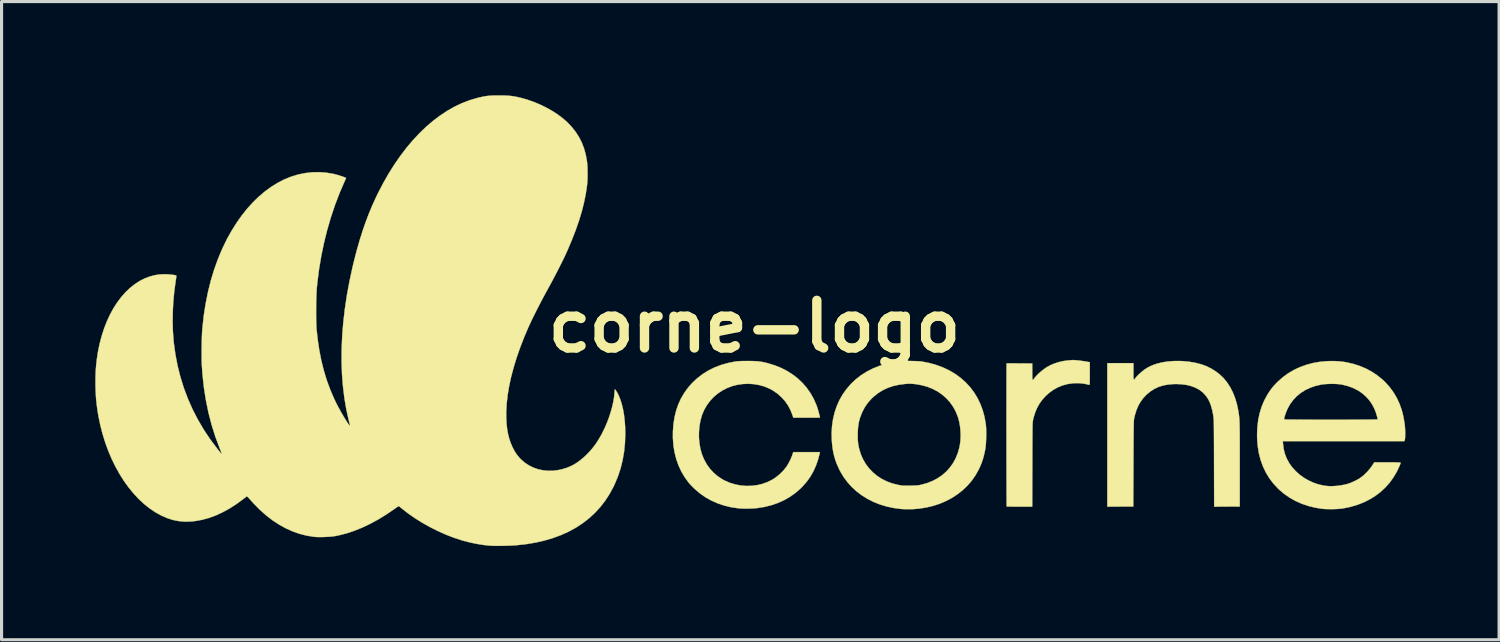
<source format=kicad_pcb>
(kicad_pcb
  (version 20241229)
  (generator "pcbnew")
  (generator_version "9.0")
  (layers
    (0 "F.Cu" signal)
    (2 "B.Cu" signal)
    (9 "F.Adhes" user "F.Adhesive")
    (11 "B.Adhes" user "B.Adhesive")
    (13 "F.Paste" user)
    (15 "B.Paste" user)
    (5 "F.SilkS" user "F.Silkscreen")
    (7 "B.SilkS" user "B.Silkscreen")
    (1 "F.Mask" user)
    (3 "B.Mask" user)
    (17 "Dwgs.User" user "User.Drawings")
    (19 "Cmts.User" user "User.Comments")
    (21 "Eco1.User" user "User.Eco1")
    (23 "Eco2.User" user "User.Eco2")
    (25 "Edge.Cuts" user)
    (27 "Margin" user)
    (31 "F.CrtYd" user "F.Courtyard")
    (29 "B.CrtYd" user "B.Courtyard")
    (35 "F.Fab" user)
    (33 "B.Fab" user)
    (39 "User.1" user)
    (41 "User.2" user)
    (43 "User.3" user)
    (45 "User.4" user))
  (footprint "corne-logo"
    (layer "F.Cu")
    (at 21.096 7.397)
    (property "Reference" "corne-logo" (at 0 0 0) (layer "F.SilkS") (effects (font (size 1.524 1.524) (thickness 0.3))))
    (attr through_hole)
    (fp_poly (pts (xy 10.239 1.078) (xy 10.296 1.082) (xy 10.365 1.089) (xy 10.44 1.099) (xy 10.516 1.109) (xy 10.59 1.12) (xy 10.655 1.131) (xy 10.671 1.134) (xy 10.732 1.146) (xy 10.732 1.51) (xy 10.731 1.608) (xy 10.731 1.686) (xy 10.731 1.747) (xy 10.73 1.794) (xy 10.728 1.827) (xy 10.726 1.849) (xy 10.724 1.862) (xy 10.72 1.868) (xy 10.716 1.87) (xy 10.713 1.869) (xy 10.549 1.832) (xy 10.381 1.815) (xy 10.209 1.818) (xy 10.036 1.841) (xy 10.028 1.843) (xy 9.863 1.886) (xy 9.707 1.949) (xy 9.561 2.03) (xy 9.424 2.131) (xy 9.32 2.226) (xy 9.214 2.343) (xy 9.124 2.466) (xy 9.049 2.599) (xy 8.987 2.743) (xy 8.937 2.903) (xy 8.919 2.977) (xy 8.915 2.991) (xy 8.912 3.006) (xy 8.91 3.022) (xy 8.908 3.039) (xy 8.905 3.061) (xy 8.904 3.086) (xy 8.902 3.118) (xy 8.901 3.157) (xy 8.899 3.203) (xy 8.898 3.259) (xy 8.897 3.325) (xy 8.897 3.403) (xy 8.896 3.493) (xy 8.895 3.598) (xy 8.895 3.717) (xy 8.894 3.853) (xy 8.894 4.006) (xy 8.893 4.177) (xy 8.893 4.369) (xy 8.893 4.421) (xy 8.889 5.768) (xy 8.484 5.768) (xy 8.393 5.768) (xy 8.309 5.767) (xy 8.234 5.766) (xy 8.171 5.765) (xy 8.121 5.764) (xy 8.087 5.763) (xy 8.072 5.761) (xy 8.072 5.761) (xy 8.071 5.75) (xy 8.07 5.719) (xy 8.07 5.669) (xy 8.069 5.602) (xy 8.069 5.518) (xy 8.068 5.419) (xy 8.068 5.305) (xy 8.067 5.179) (xy 8.067 5.041) (xy 8.067 4.893) (xy 8.066 4.735) (xy 8.066 4.569) (xy 8.066 4.396) (xy 8.065 4.217) (xy 8.065 4.033) (xy 8.065 3.846) (xy 8.065 3.656) (xy 8.065 3.466) (xy 8.065 3.275) (xy 8.064 3.086) (xy 8.064 2.899) (xy 8.064 2.716) (xy 8.065 2.537) (xy 8.065 2.365) (xy 8.065 2.199) (xy 8.065 2.042) (xy 8.065 1.894) (xy 8.065 1.757) (xy 8.066 1.632) (xy 8.066 1.519) (xy 8.066 1.421) (xy 8.067 1.338) (xy 8.067 1.272) (xy 8.068 1.224) (xy 8.068 1.194) (xy 8.069 1.184) (xy 8.08 1.184) (xy 8.11 1.183) (xy 8.157 1.182) (xy 8.218 1.182) (xy 8.29 1.182) (xy 8.373 1.182) (xy 8.462 1.183) (xy 8.482 1.183) (xy 8.89 1.186) (xy 8.89 1.45) (xy 8.89 1.537) (xy 8.891 1.605) (xy 8.893 1.654) (xy 8.896 1.688) (xy 8.901 1.707) (xy 8.908 1.713) (xy 8.918 1.708) (xy 8.93 1.694) (xy 8.944 1.674) (xy 9.003 1.601) (xy 9.077 1.525) (xy 9.161 1.448) (xy 9.253 1.375) (xy 9.346 1.31) (xy 9.358 1.303) (xy 9.464 1.244) (xy 9.585 1.192) (xy 9.714 1.149) (xy 9.844 1.116) (xy 9.901 1.106) (xy 9.953 1.099) (xy 10.013 1.091) (xy 10.075 1.085) (xy 10.131 1.08) (xy 10.176 1.076) (xy 10.197 1.076) (xy 10.239 1.078)) (stroke (width 0.01) (type solid)) (fill yes) (layer "F.SilkS"))
    (fp_poly (pts (xy 13.712 1.111) (xy 13.922 1.131) (xy 14.117 1.165) (xy 14.297 1.212) (xy 14.464 1.273) (xy 14.62 1.349) (xy 14.765 1.44) (xy 14.891 1.538) (xy 15.015 1.656) (xy 15.125 1.792) (xy 15.224 1.943) (xy 15.309 2.109) (xy 15.381 2.29) (xy 15.439 2.483) (xy 15.482 2.688) (xy 15.482 2.688) (xy 15.489 2.729) (xy 15.495 2.767) (xy 15.501 2.804) (xy 15.506 2.841) (xy 15.51 2.879) (xy 15.514 2.919) (xy 15.517 2.963) (xy 15.52 3.011) (xy 15.523 3.066) (xy 15.525 3.128) (xy 15.526 3.199) (xy 15.528 3.279) (xy 15.529 3.371) (xy 15.53 3.476) (xy 15.53 3.594) (xy 15.531 3.727) (xy 15.531 3.876) (xy 15.531 4.043) (xy 15.531 4.228) (xy 15.531 4.413) (xy 15.531 5.763) (xy 15.121 5.765) (xy 14.712 5.768) (xy 14.708 4.374) (xy 14.708 4.173) (xy 14.707 3.993) (xy 14.707 3.832) (xy 14.706 3.688) (xy 14.706 3.561) (xy 14.705 3.449) (xy 14.704 3.351) (xy 14.704 3.266) (xy 14.703 3.193) (xy 14.702 3.13) (xy 14.701 3.077) (xy 14.699 3.032) (xy 14.698 2.994) (xy 14.696 2.963) (xy 14.694 2.936) (xy 14.692 2.912) (xy 14.689 2.891) (xy 14.686 2.871) (xy 14.683 2.851) (xy 14.682 2.842) (xy 14.655 2.7) (xy 14.623 2.575) (xy 14.586 2.466) (xy 14.543 2.369) (xy 14.491 2.28) (xy 14.43 2.198) (xy 14.427 2.195) (xy 14.338 2.103) (xy 14.234 2.025) (xy 14.114 1.961) (xy 13.98 1.91) (xy 13.833 1.873) (xy 13.673 1.851) (xy 13.502 1.843) (xy 13.409 1.845) (xy 13.237 1.86) (xy 13.08 1.89) (xy 12.934 1.935) (xy 12.8 1.998) (xy 12.675 2.077) (xy 12.557 2.174) (xy 12.524 2.206) (xy 12.429 2.31) (xy 12.349 2.422) (xy 12.281 2.545) (xy 12.224 2.68) (xy 12.177 2.831) (xy 12.158 2.909) (xy 12.155 2.924) (xy 12.152 2.939) (xy 12.149 2.954) (xy 12.146 2.971) (xy 12.144 2.992) (xy 12.142 3.017) (xy 12.141 3.047) (xy 12.139 3.084) (xy 12.138 3.128) (xy 12.137 3.181) (xy 12.136 3.245) (xy 12.135 3.319) (xy 12.134 3.406) (xy 12.133 3.507) (xy 12.132 3.622) (xy 12.132 3.752) (xy 12.131 3.9) (xy 12.13 4.066) (xy 12.129 4.251) (xy 12.129 4.387) (xy 12.123 5.763) (xy 11.708 5.765) (xy 11.292 5.768) (xy 11.292 1.175) (xy 12.129 1.175) (xy 12.129 1.439) (xy 12.129 1.527) (xy 12.129 1.594) (xy 12.131 1.644) (xy 12.134 1.678) (xy 12.139 1.697) (xy 12.146 1.703) (xy 12.156 1.698) (xy 12.168 1.684) (xy 12.18 1.667) (xy 12.212 1.627) (xy 12.257 1.578) (xy 12.31 1.526) (xy 12.368 1.473) (xy 12.427 1.424) (xy 12.481 1.382) (xy 12.498 1.371) (xy 12.589 1.314) (xy 12.678 1.268) (xy 12.771 1.229) (xy 12.878 1.193) (xy 12.88 1.192) (xy 13.046 1.151) (xy 13.225 1.123) (xy 13.415 1.108) (xy 13.611 1.106) (xy 13.712 1.111)) (stroke (width 0.01) (type solid)) (fill yes) (layer "F.SilkS"))
    (fp_poly (pts (xy -0.102 1.107) (xy -0.003 1.11) (xy 0.083 1.115) (xy 0.162 1.123) (xy 0.238 1.135) (xy 0.316 1.15) (xy 0.399 1.17) (xy 0.421 1.176) (xy 0.641 1.243) (xy 0.848 1.325) (xy 1.041 1.424) (xy 1.221 1.537) (xy 1.386 1.665) (xy 1.536 1.807) (xy 1.671 1.963) (xy 1.79 2.132) (xy 1.893 2.314) (xy 1.979 2.509) (xy 2.006 2.582) (xy 2.019 2.624) (xy 2.034 2.674) (xy 2.05 2.729) (xy 2.065 2.784) (xy 2.078 2.835) (xy 2.089 2.877) (xy 2.094 2.906) (xy 2.095 2.916) (xy 2.085 2.917) (xy 2.056 2.918) (xy 2.01 2.919) (xy 1.95 2.92) (xy 1.877 2.92) (xy 1.795 2.921) (xy 1.705 2.921) (xy 1.669 2.921) (xy 1.243 2.921) (xy 1.213 2.83) (xy 1.15 2.67) (xy 1.069 2.521) (xy 0.971 2.382) (xy 0.856 2.257) (xy 0.727 2.144) (xy 0.584 2.047) (xy 0.482 1.991) (xy 0.324 1.925) (xy 0.158 1.877) (xy -0.014 1.847) (xy -0.191 1.835) (xy -0.369 1.842) (xy -0.545 1.867) (xy -0.704 1.907) (xy -0.869 1.968) (xy -1.024 2.047) (xy -1.168 2.142) (xy -1.3 2.252) (xy -1.417 2.377) (xy -1.519 2.514) (xy -1.605 2.662) (xy -1.674 2.821) (xy -1.688 2.863) (xy -1.733 3.029) (xy -1.762 3.204) (xy -1.777 3.384) (xy -1.777 3.566) (xy -1.761 3.744) (xy -1.731 3.916) (xy -1.686 4.078) (xy -1.68 4.095) (xy -1.611 4.262) (xy -1.525 4.416) (xy -1.423 4.557) (xy -1.306 4.684) (xy -1.175 4.795) (xy -1.03 4.891) (xy -0.944 4.937) (xy -0.781 5.007) (xy -0.611 5.058) (xy -0.437 5.091) (xy -0.261 5.105) (xy -0.086 5.101) (xy 0.087 5.079) (xy 0.256 5.039) (xy 0.418 4.98) (xy 0.572 4.903) (xy 0.584 4.896) (xy 0.7 4.818) (xy 0.813 4.724) (xy 0.918 4.62) (xy 1.007 4.511) (xy 1.021 4.493) (xy 1.066 4.422) (xy 1.112 4.34) (xy 1.155 4.252) (xy 1.192 4.168) (xy 1.212 4.111) (xy 1.241 4.022) (xy 2.096 4.022) (xy 2.09 4.051) (xy 2.035 4.263) (xy 1.966 4.459) (xy 1.883 4.642) (xy 1.785 4.812) (xy 1.671 4.971) (xy 1.54 5.121) (xy 1.469 5.192) (xy 1.308 5.331) (xy 1.134 5.454) (xy 0.947 5.56) (xy 0.748 5.65) (xy 0.538 5.722) (xy 0.317 5.777) (xy 0.085 5.814) (xy 0.079 5.815) (xy 0.009 5.821) (xy -0.076 5.826) (xy -0.169 5.829) (xy -0.265 5.83) (xy -0.358 5.829) (xy -0.442 5.826) (xy -0.512 5.821) (xy -0.519 5.82) (xy -0.747 5.786) (xy -0.967 5.733) (xy -1.178 5.662) (xy -1.378 5.574) (xy -1.567 5.468) (xy -1.743 5.346) (xy -1.907 5.207) (xy -1.926 5.189) (xy -1.974 5.142) (xy -2.023 5.092) (xy -2.067 5.044) (xy -2.103 5.003) (xy -2.108 4.997) (xy -2.234 4.824) (xy -2.342 4.64) (xy -2.432 4.445) (xy -2.504 4.24) (xy -2.558 4.026) (xy -2.594 3.803) (xy -2.611 3.571) (xy -2.61 3.365) (xy -2.593 3.129) (xy -2.558 2.904) (xy -2.506 2.691) (xy -2.436 2.49) (xy -2.348 2.299) (xy -2.242 2.12) (xy -2.119 1.951) (xy -1.985 1.801) (xy -1.827 1.654) (xy -1.656 1.523) (xy -1.472 1.409) (xy -1.276 1.312) (xy -1.067 1.233) (xy -0.845 1.17) (xy -0.622 1.125) (xy -0.577 1.119) (xy -0.529 1.114) (xy -0.474 1.111) (xy -0.41 1.108) (xy -0.332 1.107) (xy -0.238 1.106) (xy -0.217 1.106) (xy -0.102 1.107)) (stroke (width 0.01) (type solid)) (fill yes) (layer "F.SilkS"))
    (fp_poly (pts (xy 4.976 1.105) (xy 5.072 1.107) (xy 5.163 1.11) (xy 5.247 1.114) (xy 5.317 1.119) (xy 5.366 1.125) (xy 5.602 1.172) (xy 5.826 1.236) (xy 6.039 1.315) (xy 6.24 1.411) (xy 6.428 1.523) (xy 6.602 1.65) (xy 6.762 1.793) (xy 6.903 1.946) (xy 7.026 2.109) (xy 7.134 2.285) (xy 7.226 2.473) (xy 7.3 2.671) (xy 7.358 2.877) (xy 7.397 3.089) (xy 7.409 3.19) (xy 7.415 3.267) (xy 7.417 3.357) (xy 7.418 3.456) (xy 7.416 3.559) (xy 7.412 3.661) (xy 7.407 3.756) (xy 7.399 3.841) (xy 7.39 3.91) (xy 7.389 3.916) (xy 7.355 4.08) (xy 7.316 4.229) (xy 7.269 4.369) (xy 7.211 4.507) (xy 7.17 4.593) (xy 7.068 4.773) (xy 6.949 4.942) (xy 6.812 5.099) (xy 6.66 5.244) (xy 6.493 5.375) (xy 6.312 5.492) (xy 6.117 5.594) (xy 5.92 5.677) (xy 5.713 5.744) (xy 5.496 5.795) (xy 5.273 5.831) (xy 5.047 5.849) (xy 4.824 5.85) (xy 4.683 5.841) (xy 4.451 5.81) (xy 4.227 5.762) (xy 4.013 5.697) (xy 3.809 5.616) (xy 3.616 5.518) (xy 3.436 5.406) (xy 3.268 5.279) (xy 3.114 5.138) (xy 2.975 4.983) (xy 2.851 4.816) (xy 2.744 4.636) (xy 2.709 4.567) (xy 2.641 4.415) (xy 2.586 4.268) (xy 2.543 4.119) (xy 2.511 3.965) (xy 2.488 3.799) (xy 2.475 3.65) (xy 2.472 3.523) (xy 3.303 3.523) (xy 3.306 3.62) (xy 3.313 3.709) (xy 3.325 3.795) (xy 3.343 3.883) (xy 3.355 3.933) (xy 3.408 4.103) (xy 3.48 4.263) (xy 3.568 4.412) (xy 3.673 4.549) (xy 3.793 4.673) (xy 3.926 4.783) (xy 4.073 4.879) (xy 4.232 4.959) (xy 4.402 5.022) (xy 4.582 5.068) (xy 4.585 5.068) (xy 4.635 5.078) (xy 4.675 5.086) (xy 4.71 5.091) (xy 4.744 5.095) (xy 4.78 5.097) (xy 4.822 5.097) (xy 4.876 5.097) (xy 4.944 5.096) (xy 4.99 5.096) (xy 5.071 5.094) (xy 5.136 5.092) (xy 5.188 5.09) (xy 5.231 5.085) (xy 5.271 5.08) (xy 5.311 5.072) (xy 5.339 5.066) (xy 5.525 5.014) (xy 5.698 4.946) (xy 5.858 4.861) (xy 6.004 4.762) (xy 6.136 4.648) (xy 6.252 4.519) (xy 6.354 4.377) (xy 6.439 4.222) (xy 6.507 4.055) (xy 6.558 3.876) (xy 6.566 3.84) (xy 6.588 3.695) (xy 6.598 3.539) (xy 6.596 3.379) (xy 6.582 3.22) (xy 6.557 3.068) (xy 6.521 2.927) (xy 6.512 2.9) (xy 6.445 2.731) (xy 6.36 2.575) (xy 6.26 2.432) (xy 6.144 2.303) (xy 6.014 2.188) (xy 5.871 2.088) (xy 5.714 2.004) (xy 5.546 1.935) (xy 5.366 1.884) (xy 5.176 1.849) (xy 5.138 1.845) (xy 5.068 1.838) (xy 5.011 1.834) (xy 4.959 1.832) (xy 4.904 1.834) (xy 4.839 1.839) (xy 4.828 1.84) (xy 4.63 1.865) (xy 4.445 1.906) (xy 4.272 1.964) (xy 4.111 2.039) (xy 3.962 2.13) (xy 3.823 2.24) (xy 3.743 2.315) (xy 3.629 2.443) (xy 3.533 2.582) (xy 3.453 2.731) (xy 3.388 2.895) (xy 3.387 2.898) (xy 3.358 2.991) (xy 3.337 3.081) (xy 3.322 3.173) (xy 3.311 3.275) (xy 3.306 3.391) (xy 3.305 3.41) (xy 3.303 3.523) (xy 2.472 3.523) (xy 2.469 3.416) (xy 2.482 3.189) (xy 2.514 2.97) (xy 2.564 2.758) (xy 2.632 2.555) (xy 2.718 2.361) (xy 2.822 2.178) (xy 2.944 2.006) (xy 3.082 1.846) (xy 3.085 1.843) (xy 3.24 1.695) (xy 3.408 1.564) (xy 3.589 1.449) (xy 3.784 1.349) (xy 3.992 1.265) (xy 4.214 1.196) (xy 4.451 1.142) (xy 4.583 1.12) (xy 4.636 1.114) (xy 4.706 1.109) (xy 4.789 1.107) (xy 4.881 1.105) (xy 4.976 1.105)) (stroke (width 0.01) (type solid)) (fill yes) (layer "F.SilkS"))
    (fp_poly (pts (xy 18.591 1.11) (xy 18.711 1.117) (xy 18.824 1.129) (xy 18.939 1.147) (xy 18.947 1.149) (xy 19.167 1.199) (xy 19.378 1.268) (xy 19.579 1.353) (xy 19.768 1.456) (xy 19.945 1.575) (xy 20.109 1.71) (xy 20.186 1.784) (xy 20.327 1.94) (xy 20.45 2.107) (xy 20.556 2.286) (xy 20.644 2.476) (xy 20.716 2.678) (xy 20.77 2.893) (xy 20.808 3.121) (xy 20.813 3.169) (xy 20.82 3.24) (xy 20.824 3.315) (xy 20.826 3.39) (xy 20.826 3.463) (xy 20.824 3.529) (xy 20.821 3.584) (xy 20.815 3.626) (xy 20.808 3.649) (xy 20.796 3.672) (xy 16.909 3.672) (xy 16.917 3.765) (xy 16.937 3.923) (xy 16.973 4.07) (xy 17.027 4.211) (xy 17.037 4.233) (xy 17.113 4.374) (xy 17.208 4.506) (xy 17.319 4.629) (xy 17.445 4.742) (xy 17.583 4.842) (xy 17.731 4.928) (xy 17.888 5) (xy 18.052 5.056) (xy 18.221 5.094) (xy 18.276 5.102) (xy 18.393 5.112) (xy 18.523 5.111) (xy 18.659 5.101) (xy 18.795 5.082) (xy 18.926 5.055) (xy 19.011 5.031) (xy 19.068 5.01) (xy 19.136 4.982) (xy 19.208 4.948) (xy 19.278 4.913) (xy 19.339 4.879) (xy 19.375 4.857) (xy 19.508 4.754) (xy 19.629 4.634) (xy 19.738 4.499) (xy 19.783 4.432) (xy 19.835 4.35) (xy 20.258 4.35) (xy 20.366 4.35) (xy 20.455 4.35) (xy 20.527 4.351) (xy 20.582 4.352) (xy 20.623 4.354) (xy 20.652 4.356) (xy 20.67 4.358) (xy 20.678 4.361) (xy 20.68 4.364) (xy 20.676 4.38) (xy 20.666 4.41) (xy 20.653 4.444) (xy 20.562 4.641) (xy 20.454 4.825) (xy 20.331 4.996) (xy 20.192 5.152) (xy 20.039 5.295) (xy 19.872 5.422) (xy 19.691 5.534) (xy 19.497 5.631) (xy 19.291 5.711) (xy 19.074 5.775) (xy 18.845 5.822) (xy 18.817 5.826) (xy 18.743 5.835) (xy 18.655 5.842) (xy 18.556 5.846) (xy 18.455 5.848) (xy 18.356 5.847) (xy 18.266 5.844) (xy 18.189 5.838) (xy 18.182 5.838) (xy 17.949 5.801) (xy 17.726 5.746) (xy 17.513 5.674) (xy 17.313 5.585) (xy 17.124 5.478) (xy 16.947 5.355) (xy 16.783 5.215) (xy 16.745 5.177) (xy 16.6 5.02) (xy 16.473 4.851) (xy 16.364 4.67) (xy 16.273 4.478) (xy 16.2 4.276) (xy 16.144 4.062) (xy 16.107 3.839) (xy 16.088 3.605) (xy 16.085 3.471) (xy 16.094 3.232) (xy 16.121 3.004) (xy 16.129 2.963) (xy 16.95 2.963) (xy 16.95 2.976) (xy 16.961 2.977) (xy 16.992 2.978) (xy 17.041 2.979) (xy 17.107 2.98) (xy 17.188 2.981) (xy 17.283 2.981) (xy 17.391 2.982) (xy 17.509 2.983) (xy 17.637 2.983) (xy 17.773 2.983) (xy 17.915 2.984) (xy 18.063 2.984) (xy 18.214 2.984) (xy 18.368 2.984) (xy 18.522 2.984) (xy 18.676 2.984) (xy 18.827 2.984) (xy 18.975 2.984) (xy 19.118 2.983) (xy 19.254 2.983) (xy 19.382 2.983) (xy 19.5 2.982) (xy 19.608 2.981) (xy 19.703 2.981) (xy 19.785 2.98) (xy 19.851 2.979) (xy 19.901 2.978) (xy 19.932 2.977) (xy 19.943 2.976) (xy 19.943 2.975) (xy 19.944 2.96) (xy 19.938 2.929) (xy 19.927 2.887) (xy 19.913 2.836) (xy 19.896 2.783) (xy 19.878 2.73) (xy 19.86 2.683) (xy 19.859 2.68) (xy 19.8 2.553) (xy 19.733 2.441) (xy 19.655 2.337) (xy 19.569 2.244) (xy 19.447 2.137) (xy 19.311 2.046) (xy 19.161 1.97) (xy 18.997 1.91) (xy 18.82 1.865) (xy 18.77 1.856) (xy 18.69 1.846) (xy 18.596 1.84) (xy 18.494 1.837) (xy 18.389 1.839) (xy 18.287 1.844) (xy 18.194 1.853) (xy 18.139 1.861) (xy 17.958 1.903) (xy 17.789 1.961) (xy 17.633 2.034) (xy 17.49 2.123) (xy 17.362 2.227) (xy 17.248 2.345) (xy 17.149 2.477) (xy 17.067 2.621) (xy 17.014 2.745) (xy 16.996 2.795) (xy 16.979 2.846) (xy 16.965 2.894) (xy 16.955 2.935) (xy 16.95 2.963) (xy 16.129 2.963) (xy 16.165 2.788) (xy 16.227 2.582) (xy 16.307 2.387) (xy 16.406 2.202) (xy 16.465 2.108) (xy 16.523 2.023) (xy 16.58 1.949) (xy 16.641 1.879) (xy 16.71 1.806) (xy 16.755 1.761) (xy 16.915 1.621) (xy 17.087 1.496) (xy 17.272 1.388) (xy 17.468 1.298) (xy 17.674 1.224) (xy 17.888 1.168) (xy 18.111 1.13) (xy 18.34 1.111) (xy 18.457 1.108) (xy 18.591 1.11)) (stroke (width 0.01) (type solid)) (fill yes) (layer "F.SilkS"))
    (fp_poly (pts (xy -8.165 -7.392) (xy -8.047 -7.391) (xy -7.945 -7.388) (xy -7.854 -7.382) (xy -7.77 -7.373) (xy -7.688 -7.361) (xy -7.602 -7.345) (xy -7.509 -7.323) (xy -7.484 -7.318) (xy -7.277 -7.26) (xy -7.069 -7.187) (xy -6.866 -7.103) (xy -6.668 -7.007) (xy -6.48 -6.901) (xy -6.304 -6.788) (xy -6.143 -6.668) (xy -5.999 -6.543) (xy -5.992 -6.536) (xy -5.847 -6.384) (xy -5.722 -6.225) (xy -5.615 -6.059) (xy -5.526 -5.884) (xy -5.455 -5.698) (xy -5.4 -5.501) (xy -5.362 -5.29) (xy -5.36 -5.274) (xy -5.351 -5.192) (xy -5.345 -5.095) (xy -5.342 -4.987) (xy -5.341 -4.873) (xy -5.343 -4.76) (xy -5.347 -4.652) (xy -5.354 -4.555) (xy -5.36 -4.506) (xy -5.399 -4.24) (xy -5.455 -3.966) (xy -5.526 -3.683) (xy -5.614 -3.391) (xy -5.719 -3.089) (xy -5.84 -2.777) (xy -5.977 -2.453) (xy -6.043 -2.307) (xy -6.087 -2.214) (xy -6.139 -2.106) (xy -6.199 -1.986) (xy -6.264 -1.857) (xy -6.332 -1.724) (xy -6.403 -1.588) (xy -6.474 -1.454) (xy -6.543 -1.325) (xy -6.61 -1.204) (xy -6.626 -1.175) (xy -6.691 -1.056) (xy -6.761 -0.927) (xy -6.832 -0.792) (xy -6.903 -0.654) (xy -6.974 -0.516) (xy -7.041 -0.382) (xy -7.104 -0.254) (xy -7.16 -0.137) (xy -7.209 -0.032) (xy -7.233 0.021) (xy -7.376 0.357) (xy -7.503 0.686) (xy -7.615 1.007) (xy -7.71 1.32) (xy -7.79 1.623) (xy -7.853 1.917) (xy -7.9 2.2) (xy -7.931 2.472) (xy -7.945 2.732) (xy -7.945 2.916) (xy -7.935 3.107) (xy -7.916 3.282) (xy -7.887 3.443) (xy -7.848 3.594) (xy -7.798 3.739) (xy -7.737 3.879) (xy -7.672 4) (xy -7.602 4.106) (xy -7.525 4.2) (xy -7.483 4.245) (xy -7.361 4.352) (xy -7.228 4.442) (xy -7.086 4.514) (xy -6.935 4.568) (xy -6.776 4.603) (xy -6.612 4.62) (xy -6.444 4.618) (xy -6.272 4.596) (xy -6.165 4.572) (xy -6.01 4.526) (xy -5.865 4.465) (xy -5.726 4.389) (xy -5.591 4.295) (xy -5.457 4.184) (xy -5.365 4.096) (xy -5.257 3.983) (xy -5.161 3.868) (xy -5.071 3.747) (xy -4.987 3.616) (xy -4.903 3.471) (xy -4.862 3.392) (xy -4.787 3.237) (xy -4.717 3.073) (xy -4.654 2.906) (xy -4.6 2.739) (xy -4.554 2.574) (xy -4.518 2.415) (xy -4.493 2.266) (xy -4.48 2.13) (xy -4.48 2.13) (xy -4.477 2.083) (xy -4.473 2.044) (xy -4.47 2.019) (xy -4.467 2.011) (xy -4.457 2.02) (xy -4.44 2.043) (xy -4.418 2.076) (xy -4.394 2.115) (xy -4.372 2.157) (xy -4.361 2.177) (xy -4.301 2.316) (xy -4.25 2.473) (xy -4.208 2.646) (xy -4.175 2.833) (xy -4.152 3.034) (xy -4.138 3.245) (xy -4.135 3.424) (xy -4.144 3.718) (xy -4.172 4.002) (xy -4.219 4.276) (xy -4.284 4.542) (xy -4.369 4.798) (xy -4.472 5.046) (xy -4.516 5.138) (xy -4.641 5.368) (xy -4.782 5.584) (xy -4.938 5.784) (xy -5.109 5.97) (xy -5.295 6.141) (xy -5.496 6.297) (xy -5.711 6.438) (xy -5.941 6.564) (xy -6.186 6.675) (xy -6.446 6.771) (xy -6.72 6.852) (xy -7.008 6.918) (xy -7.31 6.968) (xy -7.604 7.001) (xy -7.684 7.007) (xy -7.777 7.012) (xy -7.878 7.016) (xy -7.984 7.019) (xy -8.091 7.021) (xy -8.194 7.022) (xy -8.289 7.022) (xy -8.373 7.021) (xy -8.44 7.018) (xy -8.456 7.016) (xy -8.661 6.995) (xy -8.875 6.961) (xy -9.091 6.917) (xy -9.303 6.863) (xy -9.376 6.842) (xy -9.628 6.759) (xy -9.883 6.66) (xy -10.137 6.546) (xy -10.388 6.42) (xy -10.631 6.284) (xy -10.864 6.138) (xy -11.083 5.986) (xy -11.266 5.843) (xy -11.303 5.812) (xy -11.336 5.785) (xy -11.36 5.766) (xy -11.369 5.759) (xy -11.377 5.755) (xy -11.389 5.756) (xy -11.407 5.763) (xy -11.433 5.779) (xy -11.47 5.804) (xy -11.522 5.841) (xy -11.528 5.845) (xy -11.786 6.021) (xy -12.044 6.179) (xy -12.301 6.318) (xy -12.555 6.439) (xy -12.806 6.54) (xy -13.053 6.622) (xy -13.295 6.684) (xy -13.431 6.711) (xy -13.505 6.721) (xy -13.594 6.729) (xy -13.691 6.735) (xy -13.793 6.739) (xy -13.893 6.741) (xy -13.985 6.74) (xy -14.065 6.736) (xy -14.104 6.732) (xy -14.335 6.694) (xy -14.562 6.636) (xy -14.786 6.557) (xy -15.006 6.458) (xy -15.221 6.338) (xy -15.432 6.199) (xy -15.637 6.04) (xy -15.836 5.862) (xy -16.03 5.665) (xy -16.111 5.575) (xy -16.162 5.517) (xy -16.202 5.475) (xy -16.231 5.448) (xy -16.247 5.438) (xy -16.25 5.438) (xy -16.263 5.448) (xy -16.288 5.468) (xy -16.321 5.494) (xy -16.336 5.506) (xy -16.561 5.672) (xy -16.785 5.818) (xy -17.01 5.942) (xy -17.233 6.046) (xy -17.456 6.128) (xy -17.679 6.189) (xy -17.901 6.229) (xy -18.044 6.244) (xy -18.232 6.248) (xy -18.416 6.232) (xy -18.597 6.197) (xy -18.778 6.141) (xy -18.959 6.064) (xy -18.981 6.054) (xy -19.172 5.949) (xy -19.357 5.824) (xy -19.537 5.681) (xy -19.71 5.52) (xy -19.875 5.342) (xy -20.033 5.149) (xy -20.182 4.941) (xy -20.322 4.719) (xy -20.452 4.485) (xy -20.572 4.239) (xy -20.681 3.982) (xy -20.779 3.715) (xy -20.864 3.439) (xy -20.937 3.155) (xy -20.997 2.865) (xy -21.023 2.709) (xy -21.043 2.566) (xy -21.059 2.432) (xy -21.072 2.303) (xy -21.08 2.172) (xy -21.086 2.031) (xy -21.09 1.905) (xy -21.091 1.721) (xy -21.088 1.551) (xy -21.081 1.391) (xy -21.068 1.234) (xy -21.05 1.074) (xy -21.05 1.069) (xy -21.009 0.801) (xy -20.955 0.543) (xy -20.889 0.295) (xy -20.812 0.058) (xy -20.724 -0.167) (xy -20.625 -0.38) (xy -20.516 -0.58) (xy -20.397 -0.765) (xy -20.269 -0.936) (xy -20.133 -1.09) (xy -19.989 -1.229) (xy -19.837 -1.35) (xy -19.678 -1.453) (xy -19.513 -1.537) (xy -19.353 -1.597) (xy -19.215 -1.635) (xy -19.082 -1.659) (xy -18.945 -1.669) (xy -18.822 -1.669) (xy -18.748 -1.665) (xy -18.677 -1.659) (xy -18.614 -1.652) (xy -18.562 -1.644) (xy -18.525 -1.636) (xy -18.504 -1.627) (xy -18.503 -1.626) (xy -18.503 -1.614) (xy -18.505 -1.585) (xy -18.51 -1.542) (xy -18.518 -1.489) (xy -18.524 -1.448) (xy -18.568 -1.129) (xy -18.599 -0.805) (xy -18.616 -0.478) (xy -18.621 -0.155) (xy -18.612 0.162) (xy -18.589 0.468) (xy -18.584 0.519) (xy -18.533 0.892) (xy -18.463 1.258) (xy -18.372 1.618) (xy -18.262 1.971) (xy -18.132 2.316) (xy -17.983 2.653) (xy -17.814 2.981) (xy -17.627 3.3) (xy -17.421 3.61) (xy -17.196 3.909) (xy -17.185 3.924) (xy -17.141 3.978) (xy -17.109 4.018) (xy -17.087 4.046) (xy -17.072 4.063) (xy -17.064 4.073) (xy -17.059 4.076) (xy -17.057 4.075) (xy -17.055 4.073) (xy -17.054 4.072) (xy -17.056 4.061) (xy -17.065 4.033) (xy -17.079 3.992) (xy -17.099 3.941) (xy -17.122 3.883) (xy -17.122 3.882) (xy -17.258 3.517) (xy -17.376 3.14) (xy -17.476 2.753) (xy -17.557 2.356) (xy -17.621 1.948) (xy -17.666 1.532) (xy -17.686 1.249) (xy -17.69 1.157) (xy -17.692 1.05) (xy -17.693 0.93) (xy -17.693 0.802) (xy -17.692 0.671) (xy -17.69 0.539) (xy -17.687 0.411) (xy -17.683 0.291) (xy -17.678 0.183) (xy -17.672 0.09) (xy -17.669 0.058) (xy -17.626 -0.337) (xy -17.566 -0.722) (xy -17.491 -1.097) (xy -17.401 -1.46) (xy -17.295 -1.811) (xy -17.174 -2.149) (xy -17.039 -2.473) (xy -16.89 -2.782) (xy -16.878 -2.805) (xy -16.73 -3.069) (xy -16.573 -3.318) (xy -16.408 -3.552) (xy -16.235 -3.769) (xy -16.054 -3.969) (xy -15.867 -4.151) (xy -15.673 -4.316) (xy -15.473 -4.463) (xy -15.268 -4.59) (xy -15.059 -4.699) (xy -14.846 -4.787) (xy -14.629 -4.855) (xy -14.595 -4.864) (xy -14.369 -4.909) (xy -14.144 -4.934) (xy -13.92 -4.937) (xy -13.697 -4.92) (xy -13.477 -4.882) (xy -13.414 -4.867) (xy -13.367 -4.854) (xy -13.313 -4.839) (xy -13.257 -4.821) (xy -13.202 -4.803) (xy -13.153 -4.786) (xy -13.112 -4.771) (xy -13.083 -4.76) (xy -13.071 -4.752) (xy -13.07 -4.752) (xy -13.075 -4.739) (xy -13.086 -4.712) (xy -13.102 -4.675) (xy -13.114 -4.65) (xy -13.274 -4.28) (xy -13.421 -3.896) (xy -13.554 -3.499) (xy -13.673 -3.093) (xy -13.776 -2.68) (xy -13.863 -2.261) (xy -13.934 -1.839) (xy -13.988 -1.418) (xy -14.009 -1.206) (xy -14.014 -1.131) (xy -14.018 -1.04) (xy -14.022 -0.935) (xy -14.025 -0.82) (xy -14.027 -0.699) (xy -14.028 -0.574) (xy -14.029 -0.449) (xy -14.028 -0.328) (xy -14.027 -0.213) (xy -14.024 -0.108) (xy -14.021 -0.016) (xy -14.017 0.059) (xy -14.015 0.085) (xy -13.976 0.438) (xy -13.925 0.775) (xy -13.861 1.099) (xy -13.783 1.41) (xy -13.692 1.711) (xy -13.585 2.003) (xy -13.464 2.288) (xy -13.386 2.453) (xy -13.351 2.521) (xy -13.312 2.594) (xy -13.27 2.671) (xy -13.226 2.75) (xy -13.181 2.828) (xy -13.136 2.903) (xy -13.093 2.974) (xy -13.054 3.037) (xy -13.019 3.091) (xy -12.99 3.133) (xy -12.968 3.162) (xy -12.954 3.175) (xy -12.953 3.175) (xy -12.948 3.175) (xy -12.946 3.174) (xy -12.945 3.168) (xy -12.947 3.155) (xy -12.953 3.131) (xy -12.962 3.094) (xy -12.976 3.04) (xy -12.981 3.021) (xy -13.06 2.667) (xy -13.123 2.301) (xy -13.169 1.923) (xy -13.2 1.534) (xy -13.214 1.134) (xy -13.212 0.724) (xy -13.194 0.305) (xy -13.16 -0.122) (xy -13.11 -0.557) (xy -13.044 -0.999) (xy -12.961 -1.447) (xy -12.863 -1.9) (xy -12.811 -2.115) (xy -12.725 -2.447) (xy -12.635 -2.761) (xy -12.541 -3.059) (xy -12.442 -3.344) (xy -12.337 -3.62) (xy -12.224 -3.889) (xy -12.103 -4.153) (xy -12.043 -4.276) (xy -11.878 -4.594) (xy -11.704 -4.898) (xy -11.522 -5.187) (xy -11.332 -5.46) (xy -11.136 -5.718) (xy -10.933 -5.958) (xy -10.724 -6.182) (xy -10.509 -6.389) (xy -10.289 -6.577) (xy -10.064 -6.747) (xy -9.835 -6.899) (xy -9.603 -7.031) (xy -9.367 -7.143) (xy -9.129 -7.235) (xy -8.888 -7.307) (xy -8.886 -7.308) (xy -8.787 -7.332) (xy -8.7 -7.351) (xy -8.621 -7.366) (xy -8.545 -7.377) (xy -8.467 -7.384) (xy -8.383 -7.389) (xy -8.288 -7.391) (xy -8.177 -7.392) (xy -8.165 -7.392)) (stroke (width 0.01) (type solid)) (fill yes) (layer "F.SilkS")))
  (gr_rect
    (start -3 -3)
    (end 44.927 17.424)
    (stroke (width 0.1) (type default))
    (fill no)
    (layer "Edge.Cuts")))
</source>
